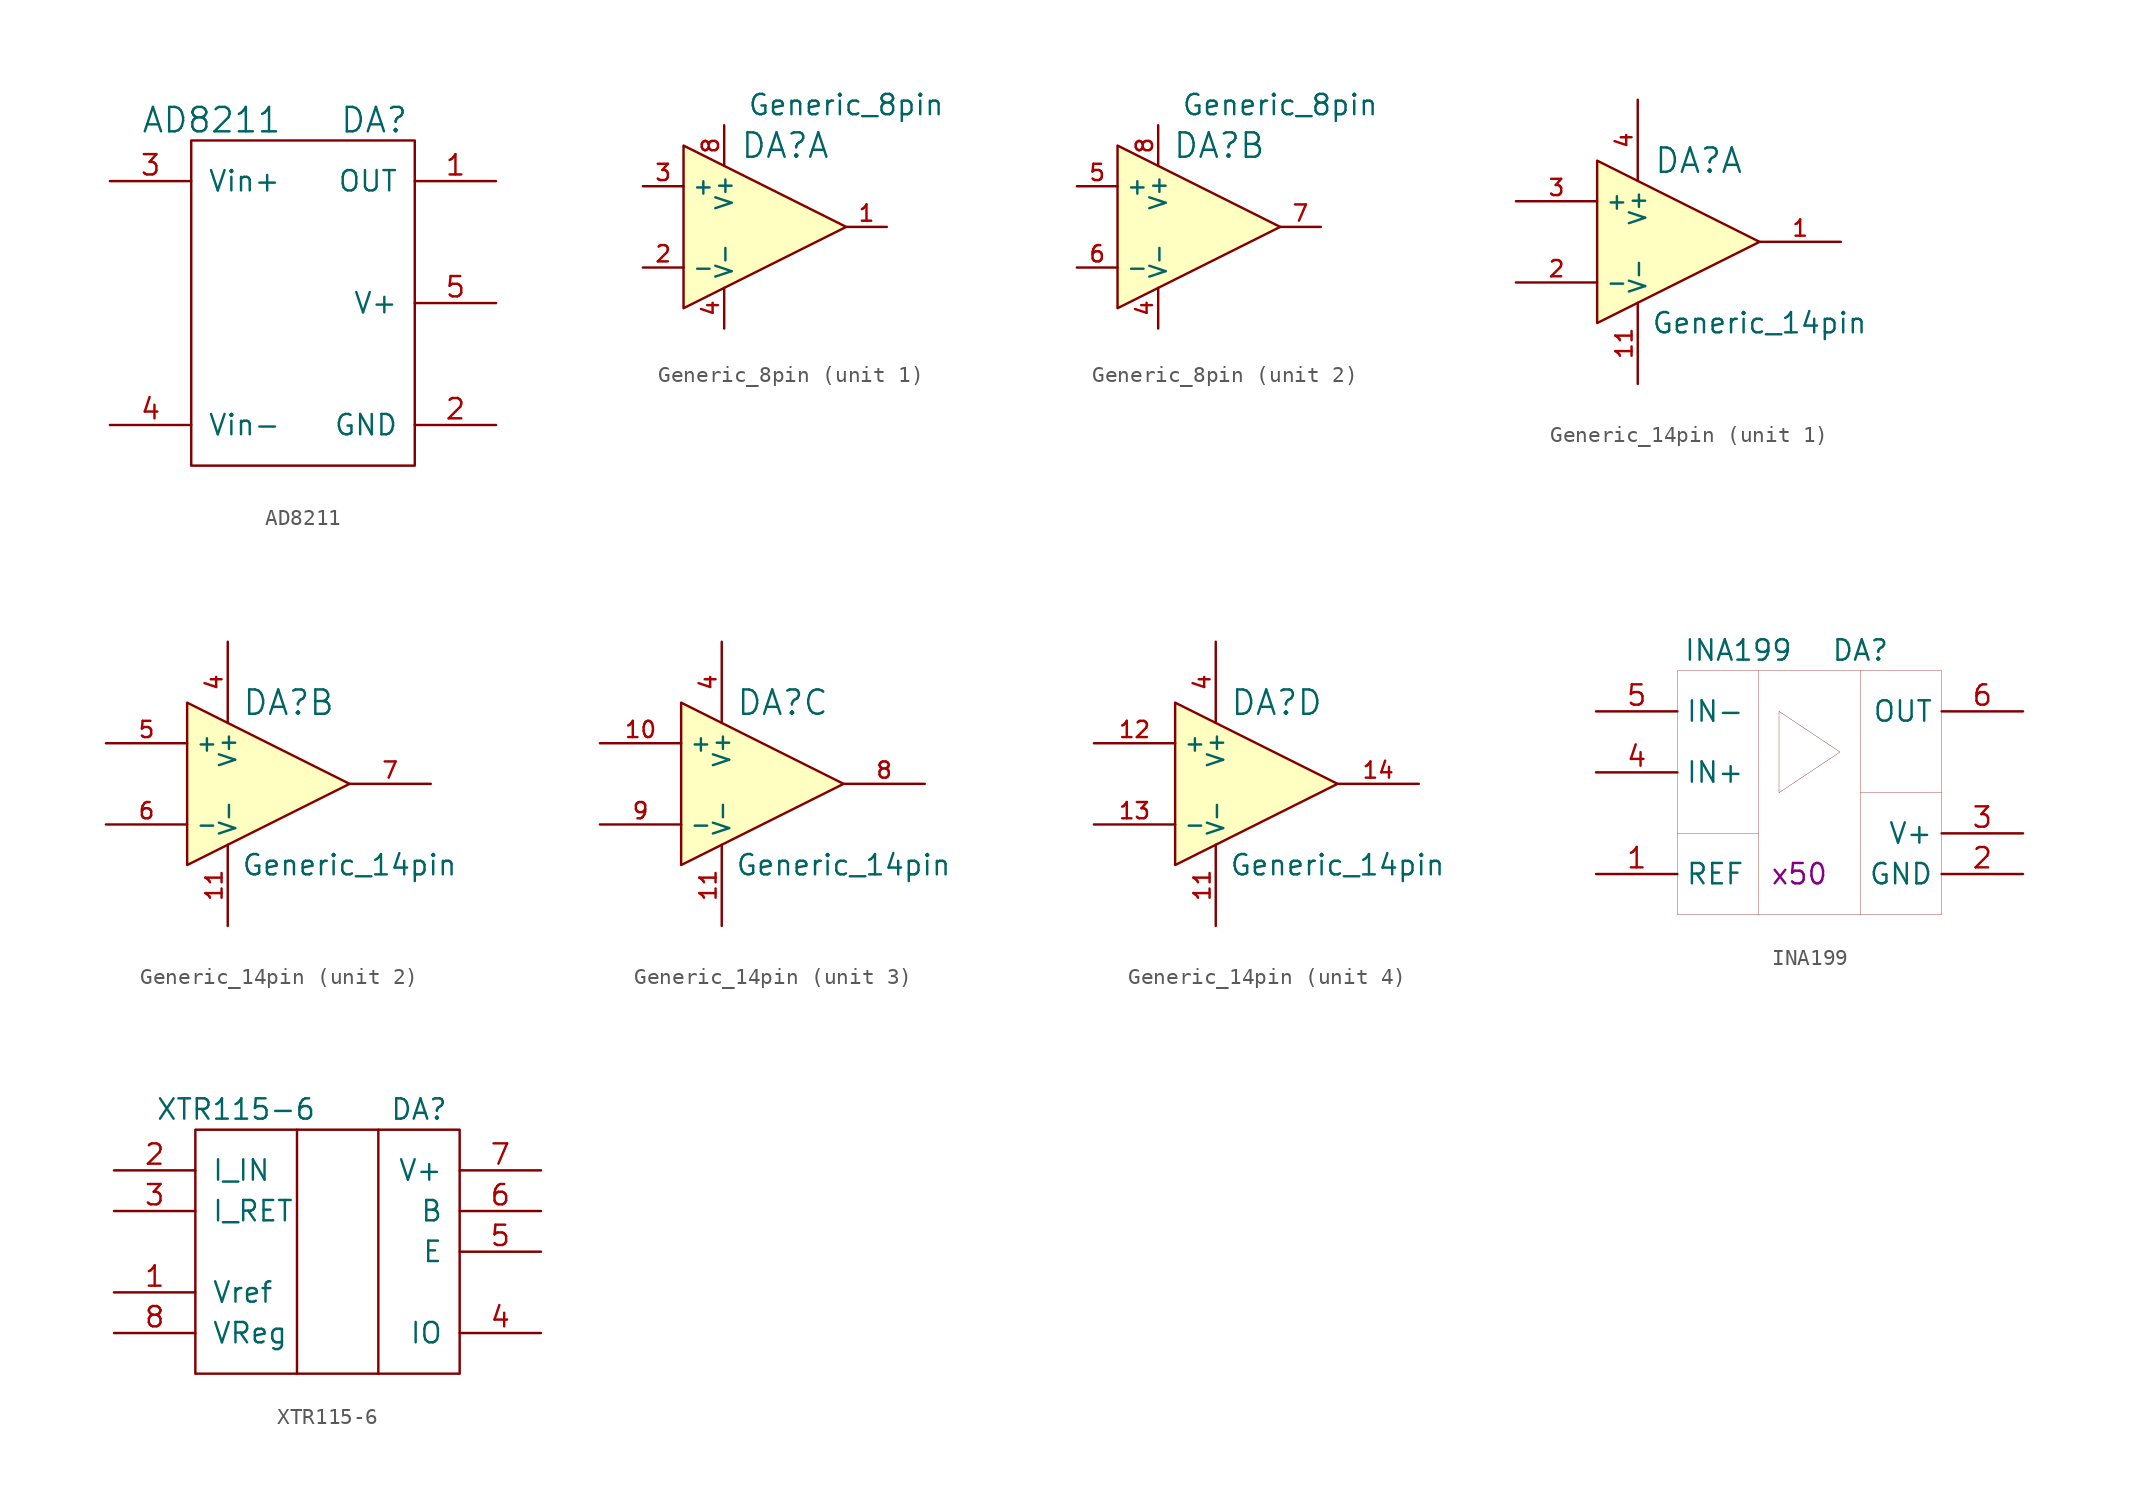
<source format=kicad_sym>
(kicad_symbol_lib
  (version 20201005)
  (generator kicad_symbol_editor)
  (symbol "OpAmp_kl:AD8211"
    (pin_names
      (offset 1.016))
    (property "Reference" "DA"
      (at 3.81 11.43 0)
      (effects (font (size 1.524 1.524))))
    (property "Value" "AD8211"
      (at -6.35 11.43 0)
      (effects (font (size 1.524 1.524))))
    (symbol "AD8211_0_1"
      (rectangle (start -7.62 10.16) (end 6.35 -10.16) (stroke (width 0)) (fill (type none))))
    (symbol "AD8211_1_1"
      (pin passive line (at 11.43 7.62 180) (length 5.08) (name "OUT" (effects (font (size 1.27 1.27)))) (number "1" (effects (font (size 1.27 1.27)))))
      (pin power_in line (at 11.43 -7.62 180) (length 5.08) (name "GND" (effects (font (size 1.27 1.27)))) (number "2" (effects (font (size 1.27 1.27)))))
      (pin passive line (at -12.7 7.62 0) (length 5.08) (name "Vin+" (effects (font (size 1.27 1.27)))) (number "3" (effects (font (size 1.27 1.27)))))
      (pin passive line (at -12.7 -7.62 0) (length 5.08) (name "Vin-" (effects (font (size 1.27 1.27)))) (number "4" (effects (font (size 1.27 1.27)))))
      (pin power_in line (at 11.43 0 180) (length 5.08) (name "V+" (effects (font (size 1.27 1.27)))) (number "5" (effects (font (size 1.27 1.27)))))))
  (symbol "OpAmp_kl:Generic_8pin"
    (property "Reference" "DA"
      (at 1.27 5.08 0)
      (effects (font (size 1.524 1.524))))
    (property "Value" "Generic_8pin"
      (at 5.08 7.62 0)
      (effects (font (size 1.27 1.27))))
    (symbol "Generic_8pin_0_1"
      (polyline (pts (xy -5.08 5.08) (xy 5.08 0) (xy -5.08 -5.08) (xy -5.08 5.08)) (stroke (width 0.152)) (fill (type background)))
      (pin power_in line (at -2.54 -6.35 90) (length 2.54) (name "V-" (effects (font (size 1.016 1.016)))) (number "4" (effects (font (size 1.016 1.016)))))
      (pin power_in line (at -2.54 6.35 270) (length 2.54) (name "V+" (effects (font (size 1.016 1.016)))) (number "8" (effects (font (size 1.016 1.016))))))
    (symbol "Generic_8pin_1_1"
      (pin passive line (at 7.62 0 180) (length 2.54) (name "~" (effects (font (size 1.016 1.016)))) (number "1" (effects (font (size 1.016 1.016)))))
      (pin passive line (at -7.62 -2.54 0) (length 2.54) (name "-" (effects (font (size 1.016 1.016)))) (number "2" (effects (font (size 1.016 1.016)))))
      (pin passive line (at -7.62 2.54 0) (length 2.54) (name "+" (effects (font (size 1.016 1.016)))) (number "3" (effects (font (size 1.016 1.016))))))
    (symbol "Generic_8pin_2_1"
      (pin passive line (at -7.62 2.54 0) (length 2.54) (name "+" (effects (font (size 1.016 1.016)))) (number "5" (effects (font (size 1.016 1.016)))))
      (pin passive line (at -7.62 -2.54 0) (length 2.54) (name "-" (effects (font (size 1.016 1.016)))) (number "6" (effects (font (size 1.016 1.016)))))
      (pin passive line (at 7.62 0 180) (length 2.54) (name "~" (effects (font (size 1.016 1.016)))) (number "7" (effects (font (size 1.016 1.016)))))))
  (symbol "OpAmp_kl:Generic_14pin"
    (property "Reference" "DA"
      (at 1.27 5.08 0)
      (effects (font (size 1.524 1.524))))
    (property "Value" "Generic_14pin"
      (at 5.08 -5.08 0)
      (effects (font (size 1.27 1.27))))
    (symbol "Generic_14pin_0_1"
      (polyline (pts (xy -5.08 5.08) (xy 5.08 0) (xy -5.08 -5.08) (xy -5.08 5.08)) (stroke (width 0.152)) (fill (type background)))
      (pin power_in line (at -2.54 -8.89 90) (length 5.08) (name "V-" (effects (font (size 1.016 1.016)))) (number "11" (effects (font (size 1.016 1.016)))))
      (pin power_in line (at -2.54 8.89 270) (length 5.08) (name "V+" (effects (font (size 1.016 1.016)))) (number "4" (effects (font (size 1.016 1.016))))))
    (symbol "Generic_14pin_1_1"
      (pin passive line (at 10.16 0 180) (length 5.08) (name "~" (effects (font (size 1.016 1.016)))) (number "1" (effects (font (size 1.016 1.016)))))
      (pin passive line (at -10.16 -2.54 0) (length 5.08) (name "-" (effects (font (size 1.016 1.016)))) (number "2" (effects (font (size 1.016 1.016)))))
      (pin passive line (at -10.16 2.54 0) (length 5.08) (name "+" (effects (font (size 1.016 1.016)))) (number "3" (effects (font (size 1.016 1.016))))))
    (symbol "Generic_14pin_2_1"
      (pin passive line (at -10.16 2.54 0) (length 5.08) (name "+" (effects (font (size 1.016 1.016)))) (number "5" (effects (font (size 1.016 1.016)))))
      (pin passive line (at -10.16 -2.54 0) (length 5.08) (name "-" (effects (font (size 1.016 1.016)))) (number "6" (effects (font (size 1.016 1.016)))))
      (pin passive line (at 10.16 0 180) (length 5.08) (name "~" (effects (font (size 1.016 1.016)))) (number "7" (effects (font (size 1.016 1.016))))))
    (symbol "Generic_14pin_3_1"
      (pin passive line (at -10.16 2.54 0) (length 5.08) (name "+" (effects (font (size 1.016 1.016)))) (number "10" (effects (font (size 1.016 1.016)))))
      (pin passive line (at 10.16 0 180) (length 5.08) (name "~" (effects (font (size 1.016 1.016)))) (number "8" (effects (font (size 1.016 1.016)))))
      (pin passive line (at -10.16 -2.54 0) (length 5.08) (name "-" (effects (font (size 1.016 1.016)))) (number "9" (effects (font (size 1.016 1.016))))))
    (symbol "Generic_14pin_4_1"
      (pin passive line (at -10.16 2.54 0) (length 5.08) (name "+" (effects (font (size 1.016 1.016)))) (number "12" (effects (font (size 1.016 1.016)))))
      (pin passive line (at -10.16 -2.54 0) (length 5.08) (name "-" (effects (font (size 1.016 1.016)))) (number "13" (effects (font (size 1.016 1.016)))))
      (pin passive line (at 10.16 0 180) (length 5.08) (name "~" (effects (font (size 1.016 1.016)))) (number "14" (effects (font (size 1.016 1.016)))))))
  (symbol "OpAmp_kl:INA199"
    (property "Reference" "DA"
      (at 3.81 8.89 0)
      (effects (font (size 1.27 1.27))))
    (property "Value" "INA199"
      (at -3.81 8.89 0)
      (effects (font (size 1.27 1.27))))
    (property "Ampl" "x50"
      (at 0 -5.08 0)
      (effects (font (size 1.27 1.27))))
    (symbol "INA199_0_1"
      (rectangle (start -7.62 7.62) (end 8.89 -7.62) (stroke (width 0.001)) (fill (type none)))
      (polyline (pts (xy -2.54 7.62) (xy -2.54 -7.62)) (stroke (width 0.001)) (fill (type none)))
      (polyline (pts (xy 3.81 7.62) (xy 3.81 -7.62)) (stroke (width 0.001)) (fill (type none)))
      (polyline (pts (xy 3.81 0) (xy 8.89 0)) (stroke (width 0.001)) (fill (type none)))
      (polyline (pts (xy -7.62 -2.54) (xy -2.54 -2.54)) (stroke (width 0.001)) (fill (type none)))
      (polyline (pts (xy -1.27 5.08) (xy -1.27 0) (xy 2.54 2.54) (xy -1.27 5.08)) (stroke (width 0.001)) (fill (type none))))
    (symbol "INA199_1_1"
      (pin passive line (at -12.7 5.08 0) (length 5.08) (name "IN-" (effects (font (size 1.27 1.27)))) (number "5" (effects (font (size 1.27 1.27)))))
      (pin passive line (at -12.7 1.27 0) (length 5.08) (name "IN+" (effects (font (size 1.27 1.27)))) (number "4" (effects (font (size 1.27 1.27)))))
      (pin passive line (at 13.97 5.08 180) (length 5.08) (name "OUT" (effects (font (size 1.27 1.27)))) (number "6" (effects (font (size 1.27 1.27)))))
      (pin passive line (at -12.7 -5.08 0) (length 5.08) (name "REF" (effects (font (size 1.27 1.27)))) (number "1" (effects (font (size 1.27 1.27)))))
      (pin passive line (at 13.97 -2.54 180) (length 5.08) (name "V+" (effects (font (size 1.27 1.27)))) (number "3" (effects (font (size 1.27 1.27)))))
      (pin passive line (at 13.97 -5.08 180) (length 5.08) (name "GND" (effects (font (size 1.27 1.27)))) (number "2" (effects (font (size 1.27 1.27)))))))
  (symbol "OpAmp_kl:XTR115-6"
    (pin_names
      (offset 1.016))
    (property "Reference" "DA"
      (at 5.08 8.89 0)
      (effects (font (size 1.27 1.27))))
    (property "Value" "XTR115-6"
      (at -6.35 8.89 0)
      (effects (font (size 1.27 1.27))))
    (symbol "XTR115-6_0_1"
      (rectangle (start -8.89 7.62) (end 7.62 -7.62) (stroke (width 0)) (fill (type none)))
      (polyline (pts (xy -2.54 7.62) (xy -2.54 -7.62)) (stroke (width 0)) (fill (type none)))
      (polyline (pts (xy 2.54 7.62) (xy 2.54 -7.62)) (stroke (width 0)) (fill (type none))))
    (symbol "XTR115-6_1_1"
      (pin passive line (at -13.97 -2.54 0) (length 5.08) (name "Vref" (effects (font (size 1.27 1.27)))) (number "1" (effects (font (size 1.27 1.27)))))
      (pin passive line (at -13.97 5.08 0) (length 5.08) (name "I_IN" (effects (font (size 1.27 1.27)))) (number "2" (effects (font (size 1.27 1.27)))))
      (pin passive line (at -13.97 2.54 0) (length 5.08) (name "I_RET" (effects (font (size 1.27 1.27)))) (number "3" (effects (font (size 1.27 1.27)))))
      (pin passive line (at 12.7 -5.08 180) (length 5.08) (name "IO" (effects (font (size 1.27 1.27)))) (number "4" (effects (font (size 1.27 1.27)))))
      (pin passive line (at 12.7 0 180) (length 5.08) (name "E" (effects (font (size 1.27 1.27)))) (number "5" (effects (font (size 1.27 1.27)))))
      (pin passive line (at 12.7 2.54 180) (length 5.08) (name "B" (effects (font (size 1.27 1.27)))) (number "6" (effects (font (size 1.27 1.27)))))
      (pin passive line (at 12.7 5.08 180) (length 5.08) (name "V+" (effects (font (size 1.27 1.27)))) (number "7" (effects (font (size 1.27 1.27)))))
      (pin passive line (at -13.97 -5.08 0) (length 5.08) (name "VReg" (effects (font (size 1.27 1.27)))) (number "8" (effects (font (size 1.27 1.27))))))))
</source>
